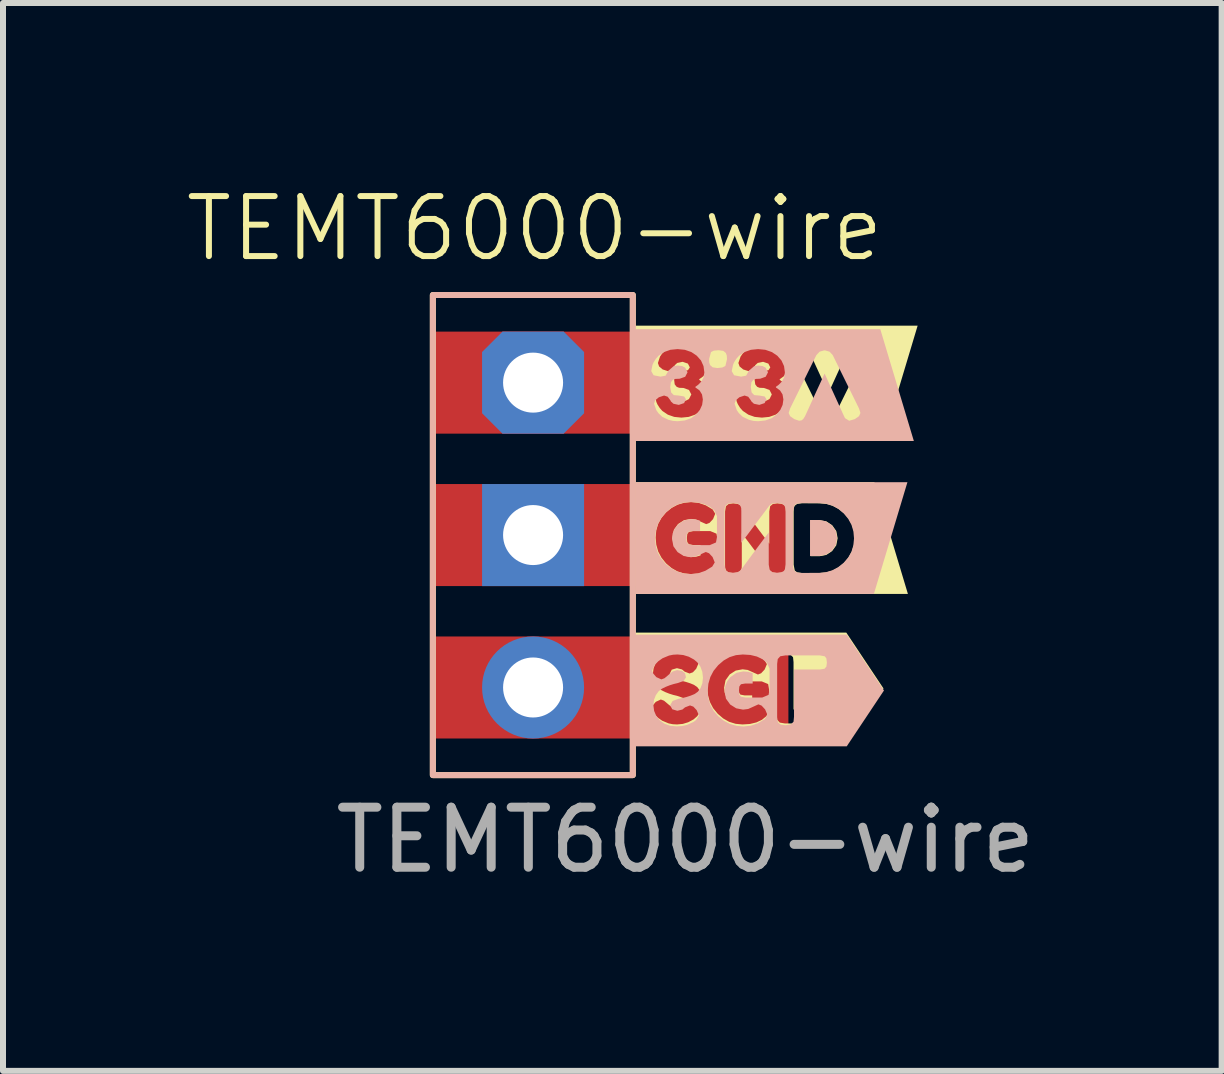
<source format=kicad_pcb>
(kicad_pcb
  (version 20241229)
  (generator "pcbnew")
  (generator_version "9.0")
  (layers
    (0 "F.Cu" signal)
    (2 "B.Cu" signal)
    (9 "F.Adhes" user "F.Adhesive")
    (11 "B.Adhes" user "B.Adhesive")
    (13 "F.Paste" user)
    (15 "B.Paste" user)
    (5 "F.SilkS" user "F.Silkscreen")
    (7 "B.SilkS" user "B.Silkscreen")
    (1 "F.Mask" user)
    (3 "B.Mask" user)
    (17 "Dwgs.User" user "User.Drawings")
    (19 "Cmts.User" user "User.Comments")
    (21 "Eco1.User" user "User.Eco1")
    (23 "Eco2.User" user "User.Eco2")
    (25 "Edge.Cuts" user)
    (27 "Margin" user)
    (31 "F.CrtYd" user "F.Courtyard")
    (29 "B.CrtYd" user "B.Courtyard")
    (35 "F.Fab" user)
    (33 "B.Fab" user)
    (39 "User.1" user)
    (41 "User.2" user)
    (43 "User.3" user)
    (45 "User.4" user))
  (footprint "TEMT6000-wire"
    (layer "F.Cu")
    (at 5.86 3.3)
    (property "Reference" "TEMT6000-wire" (at 0 -2.54 0) (unlocked yes) (layer "F.SilkS") (effects (font (size 1 1) (thickness 0.1))))
    (attr smd)
    (fp_rect (start -1.697 -1.434) (end 1.635 6.566) (stroke (width 0.1) (type default)) (fill no) (layer "F.SilkS"))
    (fp_poly (pts (xy 4.748 2.318) (xy 4.596 2.318) (xy 4.596 2.918) (xy 4.75 2.918) (xy 4.859 2.897) (xy 4.956 2.833) (xy 5.025 2.737) (xy 5.048 2.619) (xy 5.026 2.501) (xy 4.959 2.404) (xy 4.861 2.339) (xy 4.748 2.318)) (stroke (width 0) (type solid)) (fill yes) (layer "F.SilkS"))
    (fp_poly (pts (xy 2.015 1.685) (xy 1.684 1.685) (xy 1.684 3.547) (xy 2.015 3.547) (xy 2.6 3.547) (xy 2.6 3.216) (xy 2.486 3.205) (xy 2.379 3.172) (xy 2.281 3.116) (xy 2.189 3.038) (xy 2.113 2.944) (xy 2.058 2.841) (xy 2.026 2.728) (xy 2.015 2.607) (xy 2.026 2.486) (xy 2.059 2.375) (xy 2.115 2.275) (xy 2.192 2.185) (xy 2.285 2.111) (xy 2.386 2.058) (xy 2.495 2.027) (xy 2.612 2.016) (xy 2.734 2.03) (xy 2.852 2.071) (xy 2.966 2.14) (xy 3.008 2.211) (xy 2.972 2.3) (xy 2.913 2.363) (xy 2.859 2.384) (xy 2.762 2.341) (xy 2.689 2.308) (xy 2.604 2.297) (xy 2.49 2.318) (xy 2.389 2.382) (xy 2.319 2.48) (xy 2.296 2.604) (xy 2.306 2.691) (xy 2.338 2.769) (xy 2.391 2.838) (xy 2.493 2.91) (xy 2.607 2.934) (xy 2.69 2.927) (xy 2.764 2.905) (xy 2.764 2.732) (xy 2.639 2.732) (xy 2.569 2.719) (xy 2.542 2.682) (xy 2.535 2.615) (xy 2.543 2.548) (xy 2.569 2.513) (xy 2.645 2.499) (xy 2.924 2.499) (xy 3.029 2.543) (xy 3.045 2.632) (xy 3.045 2.981) (xy 3.001 3.078) (xy 2.926 3.139) (xy 2.834 3.182) (xy 2.725 3.208) (xy 2.6 3.216) (xy 2.6 3.547) (xy 4.047 3.547) (xy 4.047 3.2) (xy 3.961 3.191) (xy 3.921 3.161) (xy 3.809 3.011) (xy 3.71 2.88) (xy 3.625 2.767) (xy 3.554 2.672) (xy 3.496 2.596) (xy 3.451 2.538) (xy 3.451 3.061) (xy 3.449 3.116) (xy 3.434 3.158) (xy 3.392 3.19) (xy 3.31 3.2) (xy 3.231 3.19) (xy 3.189 3.158) (xy 3.174 3.115) (xy 3.172 3.059) (xy 3.172 2.173) (xy 3.187 2.085) (xy 3.232 2.048) (xy 3.31 2.038) (xy 3.386 2.047) (xy 3.424 2.067) (xy 3.461 2.108) (xy 3.566 2.251) (xy 3.66 2.378) (xy 3.74 2.486) (xy 3.809 2.578) (xy 3.865 2.653) (xy 3.909 2.71) (xy 3.909 2.173) (xy 3.924 2.085) (xy 3.969 2.048) (xy 4.044 2.038) (xy 4.117 2.046) (xy 4.159 2.065) (xy 4.178 2.099) (xy 4.188 2.18) (xy 4.188 3.061) (xy 4.186 3.116) (xy 4.171 3.158) (xy 4.128 3.19) (xy 4.047 3.2) (xy 4.047 3.547) (xy 4.745 3.547) (xy 4.745 3.199) (xy 4.455 3.199) (xy 4.376 3.189) (xy 4.334 3.159) (xy 4.315 3.058) (xy 4.315 2.175) (xy 4.317 2.119) (xy 4.332 2.078) (xy 4.375 2.046) (xy 4.456 2.035) (xy 4.75 2.037) (xy 4.862 2.047) (xy 4.966 2.078) (xy 5.064 2.13) (xy 5.155 2.203) (xy 5.231 2.29) (xy 5.286 2.388) (xy 5.318 2.494) (xy 5.329 2.611) (xy 5.319 2.727) (xy 5.287 2.835) (xy 5.233 2.935) (xy 5.159 3.026) (xy 5.069 3.101) (xy 4.97 3.156) (xy 4.862 3.188) (xy 4.745 3.199) (xy 4.745 3.547) (xy 5.329 3.547) (xy 5.66 3.547) (xy 6.219 3.547) (xy 5.66 1.685) (xy 5.329 1.685) (xy 2.015 1.685)) (stroke (width 0) (type solid)) (fill yes) (layer "F.SilkS"))
    (fp_poly (pts (xy 1.95 4.191) (xy 1.619 4.191) (xy 1.619 6.053) (xy 1.95 6.053) (xy 2.372 6.053) (xy 2.372 5.722) (xy 2.299 5.718) (xy 2.231 5.704) (xy 2.123 5.659) (xy 2.051 5.609) (xy 2.005 5.56) (xy 1.991 5.543) (xy 1.95 5.452) (xy 1.967 5.405) (xy 2.018 5.345) (xy 2.102 5.306) (xy 2.155 5.326) (xy 2.226 5.386) (xy 2.289 5.437) (xy 2.366 5.462) (xy 2.448 5.449) (xy 2.497 5.408) (xy 2.513 5.341) (xy 2.473 5.28) (xy 2.372 5.245) (xy 2.309 5.23) (xy 2.242 5.209) (xy 2.174 5.182) (xy 2.112 5.151) (xy 2.056 5.108) (xy 2.011 5.045) (xy 1.98 4.966) (xy 1.97 4.871) (xy 1.982 4.782) (xy 2.016 4.701) (xy 2.074 4.628) (xy 2.152 4.57) (xy 2.246 4.535) (xy 2.358 4.524) (xy 2.449 4.53) (xy 2.531 4.548) (xy 2.64 4.598) (xy 2.68 4.629) (xy 2.729 4.706) (xy 2.691 4.794) (xy 2.636 4.853) (xy 2.58 4.873) (xy 2.497 4.841) (xy 2.479 4.825) (xy 2.454 4.805) (xy 2.37 4.784) (xy 2.284 4.809) (xy 2.25 4.877) (xy 2.29 4.948) (xy 2.391 4.984) (xy 2.454 4.996) (xy 2.523 5.014) (xy 2.591 5.036) (xy 2.654 5.062) (xy 2.71 5.101) (xy 2.755 5.161) (xy 2.786 5.24) (xy 2.796 5.335) (xy 2.785 5.432) (xy 2.754 5.517) (xy 2.707 5.586) (xy 2.647 5.638) (xy 2.559 5.685) (xy 2.467 5.713) (xy 2.372 5.722) (xy 2.372 6.053) (xy 3.461 6.053) (xy 3.461 5.722) (xy 3.347 5.711) (xy 3.24 5.678) (xy 3.141 5.622) (xy 3.05 5.544) (xy 2.973 5.45) (xy 2.919 5.347) (xy 2.886 5.234) (xy 2.875 5.113) (xy 2.886 4.992) (xy 2.92 4.881) (xy 2.975 4.781) (xy 3.053 4.691) (xy 3.146 4.617) (xy 3.247 4.564) (xy 3.355 4.533) (xy 3.472 4.522) (xy 3.595 4.536) (xy 3.713 4.577) (xy 3.826 4.646) (xy 3.869 4.717) (xy 3.832 4.806) (xy 3.773 4.869) (xy 3.72 4.89) (xy 3.623 4.847) (xy 3.55 4.814) (xy 3.464 4.803) (xy 3.35 4.824) (xy 3.25 4.888) (xy 3.18 4.986) (xy 3.156 5.11) (xy 3.167 5.197) (xy 3.198 5.275) (xy 3.251 5.344) (xy 3.353 5.416) (xy 3.467 5.44) (xy 3.55 5.433) (xy 3.624 5.411) (xy 3.624 5.238) (xy 3.499 5.238) (xy 3.429 5.225) (xy 3.402 5.188) (xy 3.396 5.121) (xy 3.403 5.054) (xy 3.429 5.019) (xy 3.505 5.005) (xy 3.785 5.005) (xy 3.89 5.049) (xy 3.905 5.138) (xy 3.905 5.487) (xy 3.861 5.584) (xy 3.786 5.645) (xy 3.694 5.688) (xy 3.586 5.714) (xy 3.461 5.722) (xy 3.461 6.053) (xy 4.744 6.053) (xy 4.744 5.706) (xy 4.172 5.706) (xy 4.084 5.691) (xy 4.042 5.646) (xy 4.032 5.565) (xy 4.032 4.683) (xy 4.035 4.628) (xy 4.05 4.586) (xy 4.092 4.554) (xy 4.174 4.543) (xy 4.262 4.558) (xy 4.305 4.602) (xy 4.313 4.684) (xy 4.313 5.472) (xy 4.745 5.472) (xy 4.821 5.483) (xy 4.853 5.521) (xy 4.861 5.588) (xy 4.853 5.656) (xy 4.826 5.691) (xy 4.744 5.706) (xy 4.744 6.053) (xy 4.861 6.053) (xy 5.192 6.053) (xy 5.812 5.122) (xy 5.192 4.191) (xy 4.861 4.191) (xy 1.95 4.191)) (stroke (width 0) (type solid)) (fill yes) (layer "F.SilkS"))
    (fp_poly (pts (xy 2.005 -0.923) (xy 1.674 -0.923) (xy 1.674 0.94) (xy 2.005 0.94) (xy 2.445 0.94) (xy 2.445 0.609) (xy 2.325 0.597) (xy 2.219 0.56) (xy 2.127 0.498) (xy 2.083 0.448) (xy 2.043 0.385) (xy 2.026 0.344) (xy 2.023 0.328) (xy 2.005 0.242) (xy 2.044 0.173) (xy 2.161 0.15) (xy 2.245 0.166) (xy 2.293 0.249) (xy 2.38 0.325) (xy 2.446 0.334) (xy 2.52 0.326) (xy 2.57 0.3) (xy 2.61 0.223) (xy 2.571 0.148) (xy 2.479 0.115) (xy 2.407 0.112) (xy 2.366 0.096) (xy 2.333 0.055) (xy 2.323 -0.026) (xy 2.337 -0.114) (xy 2.381 -0.158) (xy 2.464 -0.166) (xy 2.554 -0.181) (xy 2.585 -0.228) (xy 2.553 -0.291) (xy 2.465 -0.321) (xy 2.375 -0.302) (xy 2.334 -0.264) (xy 2.324 -0.245) (xy 2.28 -0.186) (xy 2.219 -0.166) (xy 2.132 -0.194) (xy 2.073 -0.244) (xy 2.053 -0.301) (xy 2.089 -0.409) (xy 2.124 -0.459) (xy 2.19 -0.521) (xy 2.295 -0.571) (xy 2.366 -0.587) (xy 2.445 -0.593) (xy 2.566 -0.58) (xy 2.669 -0.543) (xy 2.753 -0.482) (xy 2.816 -0.404) (xy 2.853 -0.321) (xy 2.866 -0.232) (xy 2.852 -0.148) (xy 2.811 -0.081) (xy 2.742 -0.031) (xy 2.742 -0.02) (xy 2.789 0.014) (xy 2.839 0.066) (xy 2.878 0.138) (xy 2.891 0.218) (xy 2.877 0.325) (xy 2.835 0.419) (xy 2.764 0.499) (xy 2.672 0.56) (xy 2.566 0.597) (xy 2.445 0.609) (xy 2.445 0.94) (xy 3.128 0.94) (xy 3.128 0.59) (xy 3.049 0.582) (xy 3.001 0.56) (xy 2.97 0.445) (xy 2.97 0.439) (xy 2.973 0.384) (xy 2.988 0.341) (xy 3.03 0.305) (xy 3.108 0.293) (xy 3.189 0.301) (xy 3.24 0.326) (xy 3.267 0.438) (xy 3.267 0.444) (xy 3.265 0.5) (xy 3.248 0.544) (xy 3.206 0.578) (xy 3.128 0.59) (xy 3.128 0.94) (xy 3.786 0.94) (xy 3.786 0.609) (xy 3.666 0.597) (xy 3.561 0.56) (xy 3.469 0.498) (xy 3.424 0.448) (xy 3.385 0.385) (xy 3.367 0.344) (xy 3.364 0.328) (xy 3.347 0.242) (xy 3.386 0.173) (xy 3.502 0.15) (xy 3.586 0.166) (xy 3.634 0.249) (xy 3.721 0.325) (xy 3.788 0.334) (xy 3.861 0.326) (xy 3.912 0.3) (xy 3.951 0.223) (xy 3.913 0.148) (xy 3.82 0.115) (xy 3.748 0.112) (xy 3.707 0.096) (xy 3.675 0.055) (xy 3.664 -0.026) (xy 3.679 -0.114) (xy 3.723 -0.158) (xy 3.805 -0.166) (xy 3.896 -0.181) (xy 3.926 -0.228) (xy 3.894 -0.291) (xy 3.806 -0.321) (xy 3.716 -0.302) (xy 3.675 -0.264) (xy 3.666 -0.245) (xy 3.621 -0.186) (xy 3.561 -0.166) (xy 3.474 -0.194) (xy 3.414 -0.244) (xy 3.394 -0.301) (xy 3.431 -0.409) (xy 3.466 -0.459) (xy 3.532 -0.521) (xy 3.636 -0.571) (xy 3.708 -0.587) (xy 3.786 -0.593) (xy 3.907 -0.58) (xy 4.01 -0.543) (xy 4.094 -0.482) (xy 4.157 -0.404) (xy 4.195 -0.321) (xy 4.207 -0.232) (xy 4.193 -0.148) (xy 4.152 -0.081) (xy 4.083 -0.031) (xy 4.083 -0.02) (xy 4.13 0.014) (xy 4.18 0.066) (xy 4.219 0.138) (xy 4.232 0.218) (xy 4.218 0.325) (xy 4.176 0.419) (xy 4.105 0.499) (xy 4.014 0.56) (xy 3.907 0.597) (xy 3.786 0.609) (xy 3.786 0.94) (xy 4.902 0.94) (xy 4.902 0.587) (xy 4.886 0.587) (xy 4.811 0.565) (xy 4.758 0.509) (xy 4.32 -0.38) (xy 4.296 -0.456) (xy 4.319 -0.509) (xy 4.39 -0.558) (xy 4.47 -0.585) (xy 4.512 -0.578) (xy 4.539 -0.556) (xy 4.565 -0.514) (xy 4.586 -0.47) (xy 4.626 -0.382) (xy 4.677 -0.27) (xy 4.732 -0.151) (xy 4.786 -0.033) (xy 4.838 0.08) (xy 4.877 0.164) (xy 4.894 0.201) (xy 5.212 -0.494) (xy 5.234 -0.542) (xy 5.304 -0.585) (xy 5.398 -0.558) (xy 5.468 -0.509) (xy 5.491 -0.456) (xy 5.468 -0.38) (xy 5.029 0.509) (xy 4.976 0.565) (xy 4.902 0.587) (xy 4.902 0.94) (xy 5.491 0.94) (xy 5.822 0.94) (xy 6.381 -0.923) (xy 5.822 -0.923) (xy 5.491 -0.923) (xy 2.005 -0.923)) (stroke (width 0) (type solid)) (fill yes) (layer "F.SilkS"))
    (fp_rect (start -1.697 -1.434) (end 1.635 6.566) (stroke (width 0.1) (type default)) (fill no) (layer "B.SilkS"))
    (fp_poly (pts (xy 4.74 2.915) (xy 4.588 2.915) (xy 4.588 2.315) (xy 4.742 2.315) (xy 4.851 2.336) (xy 4.948 2.4) (xy 5.017 2.495) (xy 5.04 2.613) (xy 5.018 2.731) (xy 4.951 2.828) (xy 4.853 2.893) (xy 4.74 2.915)) (stroke (width 0) (type solid)) (fill yes) (layer "B.SilkS"))
    (fp_poly (pts (xy 2.007 3.547) (xy 1.676 3.547) (xy 1.676 1.685) (xy 2.007 1.685) (xy 2.592 1.685) (xy 2.592 2.016) (xy 2.478 2.027) (xy 2.371 2.061) (xy 2.272 2.117) (xy 2.181 2.195) (xy 2.105 2.289) (xy 2.05 2.392) (xy 2.018 2.504) (xy 2.007 2.626) (xy 2.018 2.747) (xy 2.051 2.857) (xy 2.107 2.957) (xy 2.184 3.047) (xy 2.277 3.121) (xy 2.378 3.174) (xy 2.487 3.206) (xy 2.603 3.216) (xy 2.726 3.203) (xy 2.844 3.161) (xy 2.958 3.092) (xy 3 3.022) (xy 2.964 2.932) (xy 2.905 2.869) (xy 2.851 2.848) (xy 2.754 2.892) (xy 2.681 2.924) (xy 2.596 2.935) (xy 2.482 2.914) (xy 2.381 2.85) (xy 2.311 2.752) (xy 2.288 2.628) (xy 2.298 2.541) (xy 2.33 2.463) (xy 2.383 2.395) (xy 2.484 2.323) (xy 2.599 2.299) (xy 2.682 2.306) (xy 2.756 2.327) (xy 2.756 2.5) (xy 2.63 2.5) (xy 2.561 2.513) (xy 2.534 2.55) (xy 2.527 2.617) (xy 2.534 2.684) (xy 2.561 2.719) (xy 2.637 2.734) (xy 2.916 2.734) (xy 3.021 2.689) (xy 3.037 2.6) (xy 3.037 2.251) (xy 2.992 2.154) (xy 2.917 2.094) (xy 2.826 2.051) (xy 2.717 2.025) (xy 2.592 2.016) (xy 2.592 1.685) (xy 4.039 1.685) (xy 4.039 2.032) (xy 3.953 2.042) (xy 3.913 2.072) (xy 3.801 2.221) (xy 3.702 2.352) (xy 3.617 2.465) (xy 3.546 2.56) (xy 3.488 2.636) (xy 3.443 2.694) (xy 3.443 2.172) (xy 3.441 2.116) (xy 3.426 2.075) (xy 3.384 2.043) (xy 3.302 2.032) (xy 3.223 2.043) (xy 3.181 2.075) (xy 3.166 2.118) (xy 3.164 2.173) (xy 3.164 3.059) (xy 3.179 3.147) (xy 3.224 3.185) (xy 3.302 3.194) (xy 3.377 3.185) (xy 3.416 3.165) (xy 3.453 3.124) (xy 3.558 2.981) (xy 3.651 2.855) (xy 3.732 2.746) (xy 3.801 2.654) (xy 3.857 2.58) (xy 3.9 2.523) (xy 3.9 3.059) (xy 3.916 3.147) (xy 3.961 3.185) (xy 4.036 3.194) (xy 4.109 3.186) (xy 4.151 3.167) (xy 4.17 3.134) (xy 4.18 3.053) (xy 4.18 2.172) (xy 4.178 2.116) (xy 4.162 2.075) (xy 4.12 2.043) (xy 4.039 2.032) (xy 4.039 1.685) (xy 4.737 1.685) (xy 4.737 2.034) (xy 4.447 2.034) (xy 4.368 2.044) (xy 4.326 2.073) (xy 4.307 2.175) (xy 4.307 3.058) (xy 4.309 3.113) (xy 4.324 3.154) (xy 4.366 3.187) (xy 4.448 3.197) (xy 4.742 3.196) (xy 4.853 3.185) (xy 4.958 3.154) (xy 5.056 3.102) (xy 5.147 3.03) (xy 5.223 2.942) (xy 5.278 2.845) (xy 5.31 2.738) (xy 5.321 2.622) (xy 5.311 2.505) (xy 5.279 2.397) (xy 5.225 2.297) (xy 5.151 2.207) (xy 5.061 2.131) (xy 4.962 2.077) (xy 4.854 2.044) (xy 4.737 2.034) (xy 4.737 1.685) (xy 5.321 1.685) (xy 5.652 1.685) (xy 6.211 1.685) (xy 5.652 3.547) (xy 5.321 3.547) (xy 2.007 3.547)) (stroke (width 0) (type solid)) (fill yes) (layer "B.SilkS"))
    (fp_poly (pts (xy 1.957 6.086) (xy 1.627 6.086) (xy 1.627 4.225) (xy 1.957 4.225) (xy 2.38 4.225) (xy 2.38 4.556) (xy 2.307 4.56) (xy 2.238 4.574) (xy 2.13 4.619) (xy 2.059 4.669) (xy 2.013 4.717) (xy 1.999 4.735) (xy 1.957 4.826) (xy 1.975 4.873) (xy 2.026 4.933) (xy 2.11 4.971) (xy 2.163 4.952) (xy 2.234 4.892) (xy 2.297 4.84) (xy 2.373 4.816) (xy 2.455 4.829) (xy 2.505 4.87) (xy 2.521 4.937) (xy 2.481 4.998) (xy 2.38 5.033) (xy 2.317 5.048) (xy 2.25 5.069) (xy 2.182 5.096) (xy 2.119 5.127) (xy 2.064 5.17) (xy 2.019 5.233) (xy 1.988 5.312) (xy 1.978 5.406) (xy 1.99 5.496) (xy 2.024 5.577) (xy 2.082 5.65) (xy 2.16 5.708) (xy 2.254 5.743) (xy 2.365 5.754) (xy 2.457 5.748) (xy 2.539 5.729) (xy 2.648 5.679) (xy 2.688 5.649) (xy 2.737 5.572) (xy 2.699 5.484) (xy 2.644 5.425) (xy 2.588 5.405) (xy 2.505 5.437) (xy 2.487 5.452) (xy 2.462 5.473) (xy 2.377 5.494) (xy 2.292 5.469) (xy 2.257 5.401) (xy 2.298 5.33) (xy 2.399 5.294) (xy 2.462 5.282) (xy 2.531 5.264) (xy 2.599 5.242) (xy 2.662 5.216) (xy 2.718 5.177) (xy 2.763 5.117) (xy 2.793 5.038) (xy 2.804 4.943) (xy 2.793 4.846) (xy 2.762 4.761) (xy 2.715 4.691) (xy 2.654 4.64) (xy 2.567 4.593) (xy 2.475 4.565) (xy 2.38 4.556) (xy 2.38 4.225) (xy 3.469 4.225) (xy 3.469 4.556) (xy 3.354 4.567) (xy 3.248 4.6) (xy 3.149 4.656) (xy 3.058 4.734) (xy 2.981 4.828) (xy 2.927 4.931) (xy 2.894 5.044) (xy 2.883 5.165) (xy 2.894 5.286) (xy 2.927 5.397) (xy 2.983 5.497) (xy 3.061 5.587) (xy 3.154 5.661) (xy 3.254 5.713) (xy 3.363 5.745) (xy 3.48 5.756) (xy 3.602 5.742) (xy 3.72 5.701) (xy 3.834 5.632) (xy 3.877 5.561) (xy 3.84 5.472) (xy 3.781 5.408) (xy 3.728 5.387) (xy 3.631 5.431) (xy 3.558 5.464) (xy 3.472 5.475) (xy 3.358 5.453) (xy 3.258 5.39) (xy 3.187 5.292) (xy 3.164 5.168) (xy 3.175 5.081) (xy 3.206 5.003) (xy 3.259 4.934) (xy 3.361 4.862) (xy 3.475 4.838) (xy 3.558 4.845) (xy 3.632 4.867) (xy 3.632 5.04) (xy 3.507 5.04) (xy 3.437 5.052) (xy 3.41 5.09) (xy 3.404 5.156) (xy 3.411 5.224) (xy 3.437 5.259) (xy 3.513 5.273) (xy 3.793 5.273) (xy 3.897 5.229) (xy 3.913 5.14) (xy 3.913 4.79) (xy 3.869 4.694) (xy 3.794 4.633) (xy 3.702 4.59) (xy 3.594 4.564) (xy 3.469 4.556) (xy 3.469 4.225) (xy 4.751 4.225) (xy 4.751 4.571) (xy 4.18 4.571) (xy 4.092 4.586) (xy 4.05 4.632) (xy 4.04 4.713) (xy 4.04 5.595) (xy 4.043 5.65) (xy 4.058 5.692) (xy 4.1 5.724) (xy 4.182 5.735) (xy 4.27 5.72) (xy 4.313 5.676) (xy 4.321 5.594) (xy 4.321 4.806) (xy 4.753 4.806) (xy 4.829 4.794) (xy 4.861 4.757) (xy 4.869 4.69) (xy 4.861 4.622) (xy 4.834 4.587) (xy 4.751 4.571) (xy 4.751 4.225) (xy 4.869 4.225) (xy 5.2 4.225) (xy 5.82 5.156) (xy 5.2 6.086) (xy 4.869 6.086) (xy 1.957 6.086)) (stroke (width 0) (type solid)) (fill yes) (layer "B.SilkS"))
    (fp_poly (pts (xy 1.942 0.999) (xy 1.611 0.999) (xy 1.611 -0.864) (xy 1.942 -0.864) (xy 2.381 -0.864) (xy 2.381 -0.533) (xy 2.261 -0.521) (xy 2.156 -0.484) (xy 2.064 -0.422) (xy 2.019 -0.372) (xy 1.98 -0.309) (xy 1.962 -0.268) (xy 1.959 -0.252) (xy 1.942 -0.166) (xy 1.981 -0.097) (xy 2.097 -0.074) (xy 2.181 -0.09) (xy 2.229 -0.173) (xy 2.316 -0.249) (xy 2.383 -0.259) (xy 2.456 -0.25) (xy 2.507 -0.224) (xy 2.547 -0.147) (xy 2.508 -0.072) (xy 2.416 -0.039) (xy 2.343 -0.036) (xy 2.302 -0.02) (xy 2.27 0.02) (xy 2.259 0.102) (xy 2.274 0.19) (xy 2.318 0.234) (xy 2.4 0.241) (xy 2.491 0.257) (xy 2.521 0.303) (xy 2.489 0.367) (xy 2.401 0.397) (xy 2.312 0.378) (xy 2.27 0.34) (xy 2.261 0.321) (xy 2.216 0.261) (xy 2.156 0.241) (xy 2.069 0.27) (xy 2.009 0.32) (xy 1.989 0.376) (xy 2.026 0.484) (xy 2.061 0.534) (xy 2.127 0.597) (xy 2.231 0.646) (xy 2.303 0.663) (xy 2.381 0.669) (xy 2.502 0.656) (xy 2.605 0.619) (xy 2.689 0.557) (xy 2.752 0.48) (xy 2.79 0.397) (xy 2.802 0.307) (xy 2.788 0.223) (xy 2.747 0.156) (xy 2.678 0.107) (xy 2.678 0.095) (xy 2.725 0.061) (xy 2.775 0.01) (xy 2.814 -0.062) (xy 2.827 -0.143) (xy 2.813 -0.249) (xy 2.771 -0.343) (xy 2.7 -0.423) (xy 2.609 -0.484) (xy 2.502 -0.521) (xy 2.381 -0.533) (xy 2.381 -0.864) (xy 3.065 -0.864) (xy 3.065 -0.514) (xy 2.985 -0.507) (xy 2.938 -0.484) (xy 2.907 -0.37) (xy 2.907 -0.363) (xy 2.909 -0.308) (xy 2.924 -0.265) (xy 2.966 -0.229) (xy 3.044 -0.217) (xy 3.125 -0.226) (xy 3.177 -0.251) (xy 3.204 -0.362) (xy 3.204 -0.368) (xy 3.201 -0.424) (xy 3.185 -0.468) (xy 3.143 -0.503) (xy 3.065 -0.514) (xy 3.065 -0.864) (xy 3.723 -0.864) (xy 3.723 -0.533) (xy 3.603 -0.521) (xy 3.497 -0.484) (xy 3.405 -0.422) (xy 3.36 -0.372) (xy 3.321 -0.309) (xy 3.304 -0.268) (xy 3.301 -0.252) (xy 3.283 -0.166) (xy 3.322 -0.097) (xy 3.439 -0.074) (xy 3.523 -0.09) (xy 3.57 -0.173) (xy 3.658 -0.249) (xy 3.724 -0.259) (xy 3.797 -0.25) (xy 3.848 -0.224) (xy 3.888 -0.147) (xy 3.849 -0.072) (xy 3.757 -0.039) (xy 3.685 -0.036) (xy 3.643 -0.02) (xy 3.611 0.02) (xy 3.601 0.102) (xy 3.615 0.19) (xy 3.659 0.234) (xy 3.742 0.241) (xy 3.832 0.257) (xy 3.863 0.303) (xy 3.831 0.367) (xy 3.743 0.397) (xy 3.653 0.378) (xy 3.612 0.34) (xy 3.602 0.321) (xy 3.558 0.261) (xy 3.497 0.241) (xy 3.41 0.27) (xy 3.351 0.32) (xy 3.331 0.376) (xy 3.367 0.484) (xy 3.402 0.534) (xy 3.468 0.597) (xy 3.573 0.646) (xy 3.644 0.663) (xy 3.723 0.669) (xy 3.844 0.656) (xy 3.947 0.619) (xy 4.031 0.557) (xy 4.093 0.48) (xy 4.131 0.397) (xy 4.144 0.307) (xy 4.13 0.223) (xy 4.088 0.156) (xy 4.02 0.107) (xy 4.02 0.095) (xy 4.067 0.061) (xy 4.117 0.01) (xy 4.156 -0.062) (xy 4.169 -0.143) (xy 4.155 -0.249) (xy 4.112 -0.343) (xy 4.042 -0.423) (xy 3.95 -0.484) (xy 3.844 -0.521) (xy 3.723 -0.533) (xy 3.723 -0.864) (xy 4.839 -0.864) (xy 4.839 -0.511) (xy 4.823 -0.511) (xy 4.748 -0.49) (xy 4.694 -0.433) (xy 4.256 0.456) (xy 4.232 0.532) (xy 4.256 0.585) (xy 4.326 0.634) (xy 4.406 0.661) (xy 4.448 0.654) (xy 4.475 0.632) (xy 4.502 0.59) (xy 4.523 0.546) (xy 4.563 0.458) (xy 4.614 0.346) (xy 4.668 0.227) (xy 4.723 0.108) (xy 4.775 -0.004) (xy 4.814 -0.089) (xy 4.831 -0.125) (xy 5.148 0.57) (xy 5.171 0.618) (xy 5.24 0.661) (xy 5.334 0.634) (xy 5.404 0.585) (xy 5.428 0.532) (xy 5.404 0.456) (xy 4.966 -0.433) (xy 4.913 -0.49) (xy 4.839 -0.511) (xy 4.839 -0.864) (xy 5.428 -0.864) (xy 5.759 -0.864) (xy 6.318 0.999) (xy 5.759 0.999) (xy 5.428 0.999) (xy 1.942 0.999)) (stroke (width 0) (type solid)) (fill yes) (layer "B.SilkS"))
    (fp_text user "${REFERENCE}" (at 2.513 7.646 0) (unlocked yes) (layer "F.Fab") (effects (font (size 1 1) (thickness 0.15))))
    (pad "1" thru_hole roundrect (at -0.027 0.026) (size 1.7 1.7) (drill 1) (layers "*.Cu" "*.Mask" "F.Paste") (roundrect_rratio 0) (chamfer_ratio 0.2) (chamfer top_left top_right bottom_left bottom_right))
    (pad "1" smd rect (at 1.243 0.026 90) (size 1.7 5.969) (layers "F.Cu" "F.Mask" "F.Paste"))
    (pad "2" thru_hole rect (at -0.027 2.566) (size 1.7 1.7) (drill 1) (layers "*.Cu" "*.Mask" "F.Paste"))
    (pad "2" smd rect (at 1.243 2.566 90) (size 1.7 5.969) (layers "F.Cu" "F.Mask" "F.Paste"))
    (pad "3" thru_hole oval (at -0.027 5.106) (size 1.7 1.7) (drill 1) (layers "*.Cu" "*.Mask" "F.Paste"))
    (pad "3" smd rect (at 1.243 5.106 90) (size 1.7 5.969) (layers "F.Cu" "F.Mask" "F.Paste")))
  (gr_rect
    (start -3 -3)
    (end 17.307 14.795)
    (stroke (width 0.1) (type default))
    (fill no)
    (layer "Edge.Cuts")))
</source>
